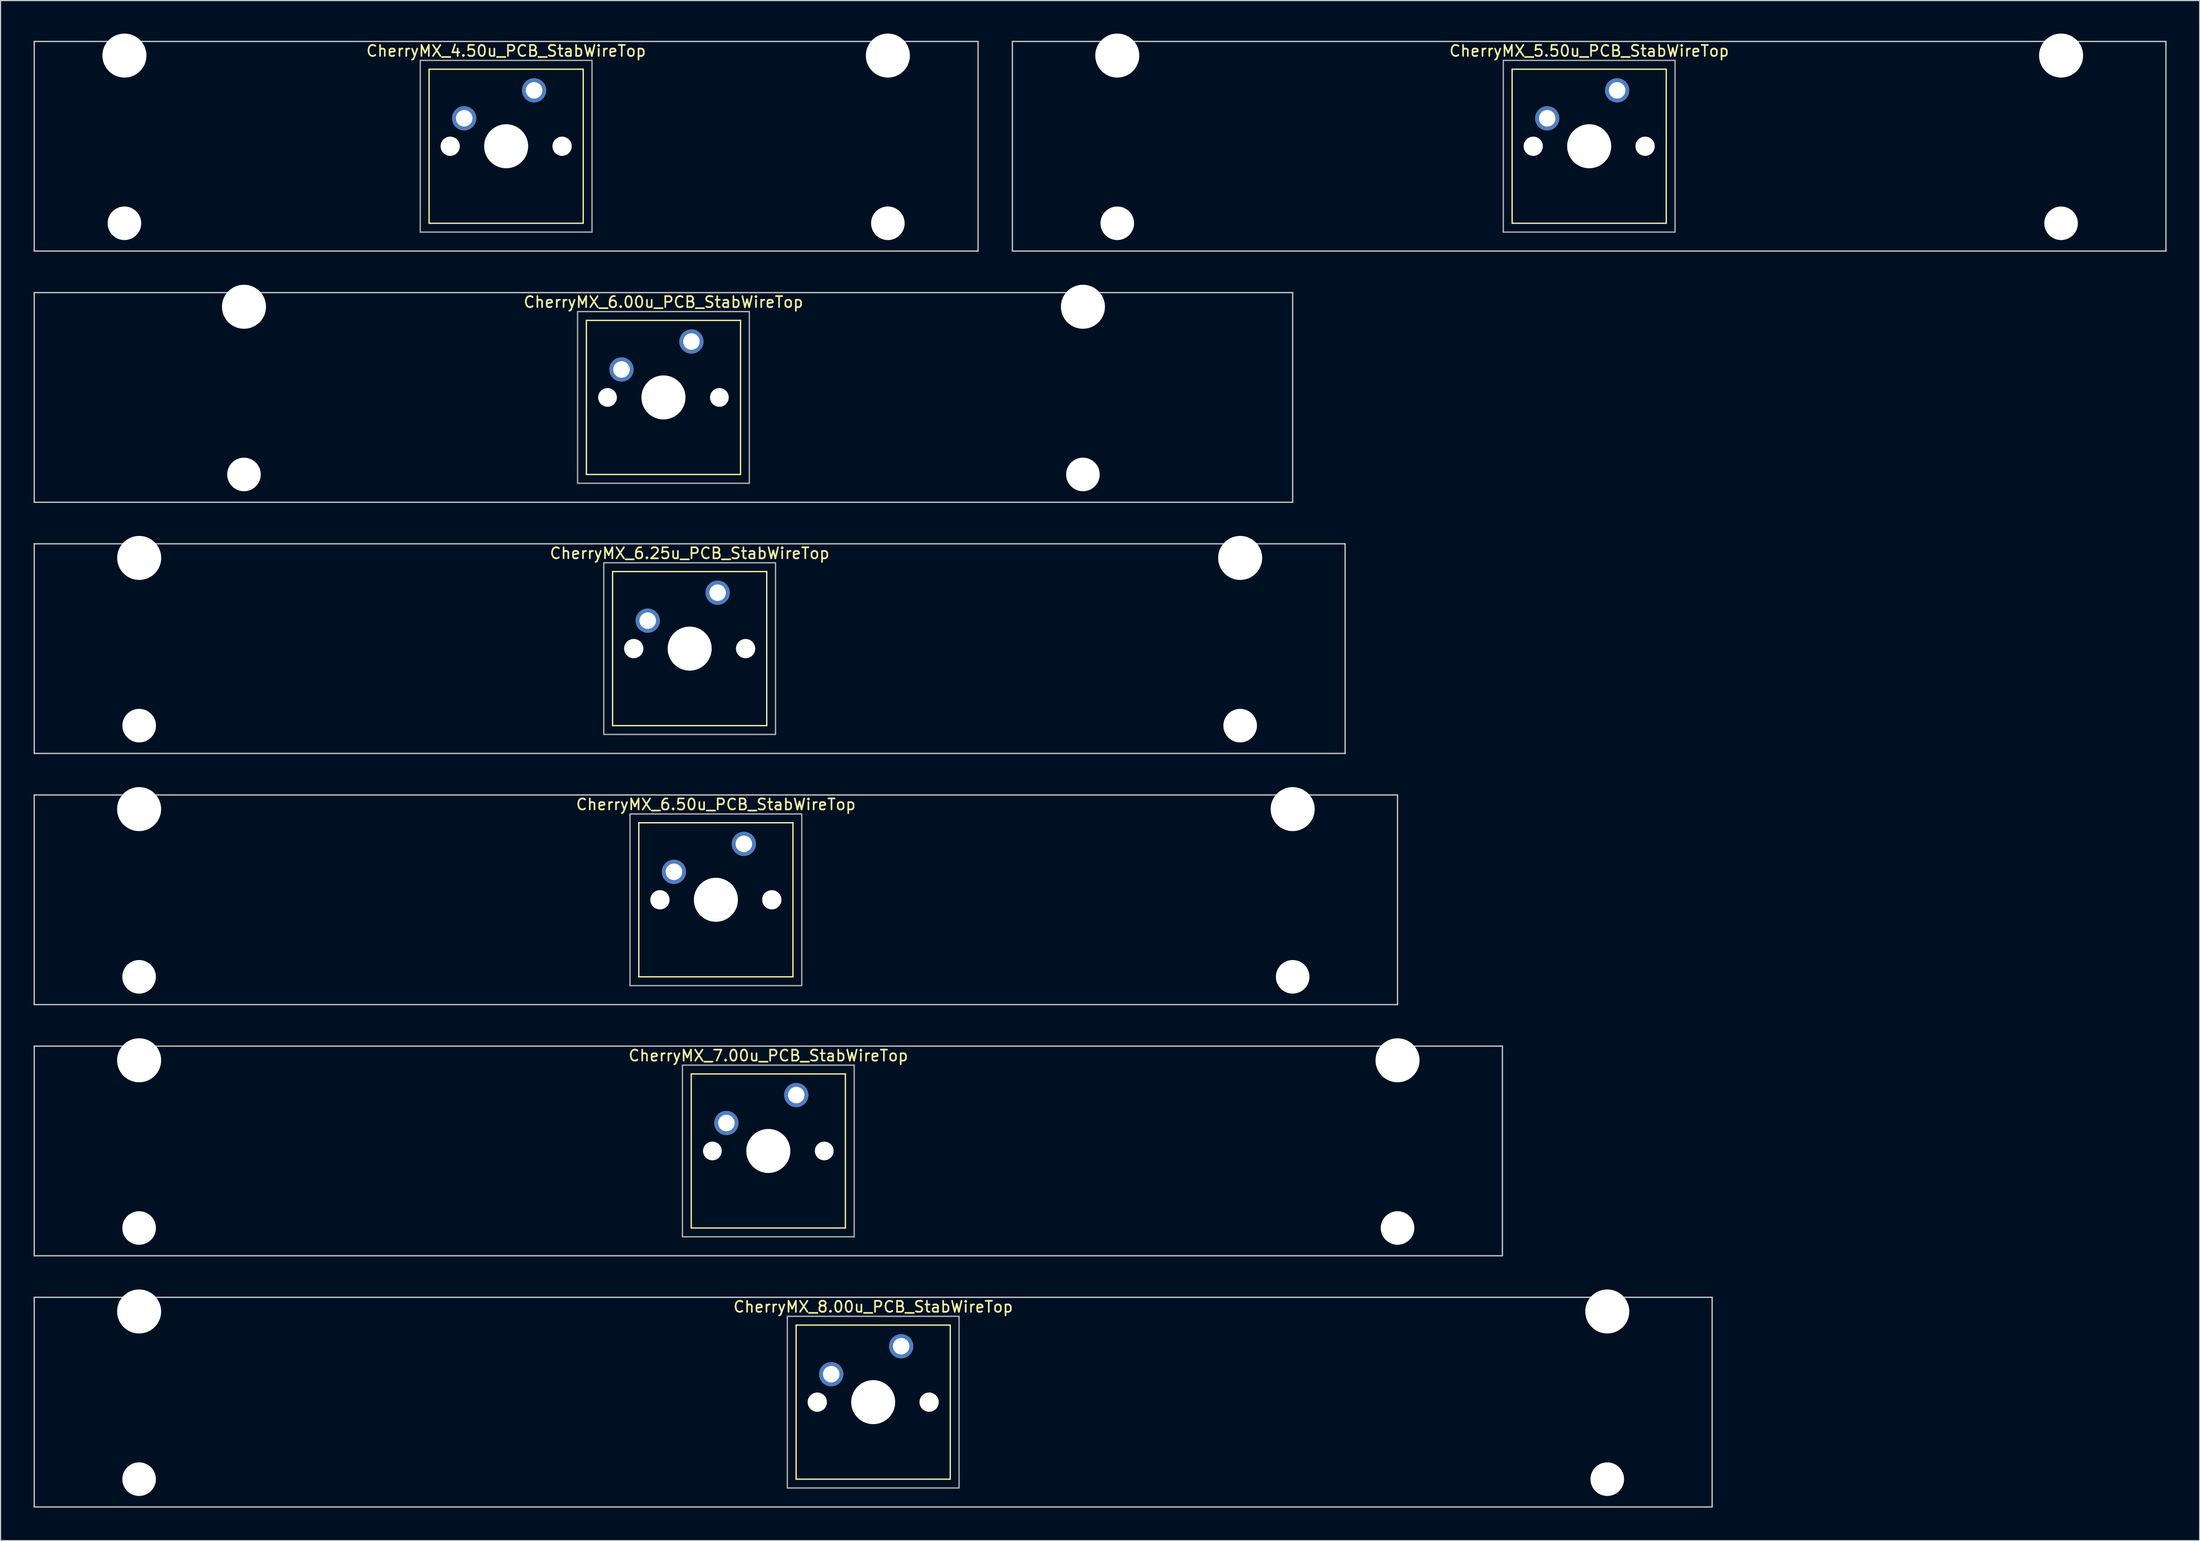
<source format=kicad_pcb>
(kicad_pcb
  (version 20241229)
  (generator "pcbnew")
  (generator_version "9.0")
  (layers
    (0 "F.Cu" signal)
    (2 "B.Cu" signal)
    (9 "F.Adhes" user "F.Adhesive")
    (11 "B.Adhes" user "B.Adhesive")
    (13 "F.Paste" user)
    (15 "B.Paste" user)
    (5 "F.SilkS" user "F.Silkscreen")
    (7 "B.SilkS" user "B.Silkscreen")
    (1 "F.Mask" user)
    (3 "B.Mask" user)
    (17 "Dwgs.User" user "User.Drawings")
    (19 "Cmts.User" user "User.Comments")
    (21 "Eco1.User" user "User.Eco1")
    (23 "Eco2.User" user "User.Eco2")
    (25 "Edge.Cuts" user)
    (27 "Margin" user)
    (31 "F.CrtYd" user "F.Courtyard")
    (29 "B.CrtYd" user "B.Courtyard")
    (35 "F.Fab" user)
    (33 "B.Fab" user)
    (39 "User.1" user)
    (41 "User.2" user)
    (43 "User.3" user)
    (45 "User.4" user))
  (footprint "CherryMX_6.25u_PCB_StabWireTop"
    (layer "F.Cu")
    (at 59.591 55.89)
    (property "Reference" "CherryMX_6.25u_PCB_StabWireTop" (at 0 -8.662 0) (layer "F.SilkS") (effects (font (size 1 1) (thickness 0.15))))
    (attr through_hole)
    (fp_line (start -7 -7) (end -7 7) (stroke (width 0.12) (type solid)) (layer "F.SilkS"))
    (fp_line (start -7 -7) (end 7 -7) (stroke (width 0.12) (type solid)) (layer "F.SilkS"))
    (fp_line (start 7 -7) (end 7 7) (stroke (width 0.12) (type solid)) (layer "F.SilkS"))
    (fp_line (start 7 7) (end -7 7) (stroke (width 0.12) (type solid)) (layer "F.SilkS"))
    (fp_line (start -59.531 -9.525) (end 59.531 -9.525) (stroke (width 0.12) (type solid)) (layer "Dwgs.User"))
    (fp_line (start -59.531 9.525) (end -59.531 -9.525) (stroke (width 0.12) (type solid)) (layer "Dwgs.User"))
    (fp_line (start 59.531 -9.525) (end 59.531 9.525) (stroke (width 0.12) (type solid)) (layer "Dwgs.User"))
    (fp_line (start 59.531 9.525) (end -59.531 9.525) (stroke (width 0.12) (type solid)) (layer "Dwgs.User"))
    (fp_line (start -7.8 -7.8) (end -7.8 7.8) (stroke (width 0.12) (type solid)) (layer "F.Fab"))
    (fp_line (start -7.8 -7.8) (end 7.8 -7.8) (stroke (width 0.12) (type solid)) (layer "F.Fab"))
    (fp_line (start -7.8 7.8) (end 7.8 7.8) (stroke (width 0.12) (type solid)) (layer "F.Fab"))
    (fp_line (start 7.8 -7.8) (end 7.8 7.8) (stroke (width 0.12) (type solid)) (layer "F.Fab"))
    (pad "" np_thru_hole circle (at -50 -8.24) (size 4 4) (drill 4) (layers "*.Cu" "*.Mask"))
    (pad "" np_thru_hole circle (at -50 7) (size 3.05 3.05) (drill 3.05) (layers "*.Cu" "*.Mask"))
    (pad "" np_thru_hole circle (at -5.08 0) (size 1.75 1.75) (drill 1.75) (layers "*.Cu" "*.Mask"))
    (pad "" np_thru_hole circle (at 0 0) (size 4 4) (drill 4) (layers "*.Cu" "*.Mask"))
    (pad "" np_thru_hole circle (at 5.08 0) (size 1.75 1.75) (drill 1.75) (layers "*.Cu" "*.Mask"))
    (pad "" np_thru_hole circle (at 50 -8.24) (size 4 4) (drill 4) (layers "*.Cu" "*.Mask"))
    (pad "" np_thru_hole circle (at 50 7) (size 3.05 3.05) (drill 3.05) (layers "*.Cu" "*.Mask"))
    (pad "1" thru_hole circle (at -3.81 -2.54) (size 2.2 2.2) (drill 1.5) (layers "*.Cu" "*.Mask"))
    (pad "2" thru_hole circle (at 2.54 -5.08) (size 2.2 2.2) (drill 1.5) (layers "*.Cu" "*.Mask")))
  (footprint "CherryMX_4.50u_PCB_StabWireTop"
    (layer "F.Cu")
    (at 42.922 10.24)
    (property "Reference" "CherryMX_4.50u_PCB_StabWireTop" (at 0 -8.662 0) (layer "F.SilkS") (effects (font (size 1 1) (thickness 0.15))))
    (attr through_hole)
    (fp_line (start -7 -7) (end -7 7) (stroke (width 0.12) (type solid)) (layer "F.SilkS"))
    (fp_line (start -7 -7) (end 7 -7) (stroke (width 0.12) (type solid)) (layer "F.SilkS"))
    (fp_line (start 7 -7) (end 7 7) (stroke (width 0.12) (type solid)) (layer "F.SilkS"))
    (fp_line (start 7 7) (end -7 7) (stroke (width 0.12) (type solid)) (layer "F.SilkS"))
    (fp_line (start -42.862 -9.525) (end 42.862 -9.525) (stroke (width 0.12) (type solid)) (layer "Dwgs.User"))
    (fp_line (start -42.862 9.525) (end -42.862 -9.525) (stroke (width 0.12) (type solid)) (layer "Dwgs.User"))
    (fp_line (start 42.862 -9.525) (end 42.862 9.525) (stroke (width 0.12) (type solid)) (layer "Dwgs.User"))
    (fp_line (start 42.862 9.525) (end -42.862 9.525) (stroke (width 0.12) (type solid)) (layer "Dwgs.User"))
    (fp_line (start -7.8 -7.8) (end -7.8 7.8) (stroke (width 0.12) (type solid)) (layer "F.Fab"))
    (fp_line (start -7.8 -7.8) (end 7.8 -7.8) (stroke (width 0.12) (type solid)) (layer "F.Fab"))
    (fp_line (start -7.8 7.8) (end 7.8 7.8) (stroke (width 0.12) (type solid)) (layer "F.Fab"))
    (fp_line (start 7.8 -7.8) (end 7.8 7.8) (stroke (width 0.12) (type solid)) (layer "F.Fab"))
    (pad "" np_thru_hole circle (at -34.671 -8.24) (size 4 4) (drill 4) (layers "*.Cu" "*.Mask"))
    (pad "" np_thru_hole circle (at -34.671 7) (size 3.05 3.05) (drill 3.05) (layers "*.Cu" "*.Mask"))
    (pad "" np_thru_hole circle (at -5.08 0) (size 1.75 1.75) (drill 1.75) (layers "*.Cu" "*.Mask"))
    (pad "" np_thru_hole circle (at 0 0) (size 4 4) (drill 4) (layers "*.Cu" "*.Mask"))
    (pad "" np_thru_hole circle (at 5.08 0) (size 1.75 1.75) (drill 1.75) (layers "*.Cu" "*.Mask"))
    (pad "" np_thru_hole circle (at 34.671 -8.24) (size 4 4) (drill 4) (layers "*.Cu" "*.Mask"))
    (pad "" np_thru_hole circle (at 34.671 7) (size 3.05 3.05) (drill 3.05) (layers "*.Cu" "*.Mask"))
    (pad "1" thru_hole circle (at -3.81 -2.54) (size 2.2 2.2) (drill 1.5) (layers "*.Cu" "*.Mask"))
    (pad "2" thru_hole circle (at 2.54 -5.08) (size 2.2 2.2) (drill 1.5) (layers "*.Cu" "*.Mask")))
  (footprint "CherryMX_5.50u_PCB_StabWireTop"
    (layer "F.Cu")
    (at 141.292 10.24)
    (property "Reference" "CherryMX_5.50u_PCB_StabWireTop" (at 0 -8.662 0) (layer "F.SilkS") (effects (font (size 1 1) (thickness 0.15))))
    (attr through_hole)
    (fp_line (start -7 -7) (end -7 7) (stroke (width 0.12) (type solid)) (layer "F.SilkS"))
    (fp_line (start -7 -7) (end 7 -7) (stroke (width 0.12) (type solid)) (layer "F.SilkS"))
    (fp_line (start 7 -7) (end 7 7) (stroke (width 0.12) (type solid)) (layer "F.SilkS"))
    (fp_line (start 7 7) (end -7 7) (stroke (width 0.12) (type solid)) (layer "F.SilkS"))
    (fp_line (start -52.388 -9.525) (end 52.388 -9.525) (stroke (width 0.12) (type solid)) (layer "Dwgs.User"))
    (fp_line (start -52.388 9.525) (end -52.388 -9.525) (stroke (width 0.12) (type solid)) (layer "Dwgs.User"))
    (fp_line (start 52.388 -9.525) (end 52.388 9.525) (stroke (width 0.12) (type solid)) (layer "Dwgs.User"))
    (fp_line (start 52.388 9.525) (end -52.388 9.525) (stroke (width 0.12) (type solid)) (layer "Dwgs.User"))
    (fp_line (start -7.8 -7.8) (end -7.8 7.8) (stroke (width 0.12) (type solid)) (layer "F.Fab"))
    (fp_line (start -7.8 -7.8) (end 7.8 -7.8) (stroke (width 0.12) (type solid)) (layer "F.Fab"))
    (fp_line (start -7.8 7.8) (end 7.8 7.8) (stroke (width 0.12) (type solid)) (layer "F.Fab"))
    (fp_line (start 7.8 -7.8) (end 7.8 7.8) (stroke (width 0.12) (type solid)) (layer "F.Fab"))
    (pad "" np_thru_hole circle (at -42.862 -8.24) (size 4 4) (drill 4) (layers "*.Cu" "*.Mask"))
    (pad "" np_thru_hole circle (at -42.862 7) (size 3.05 3.05) (drill 3.05) (layers "*.Cu" "*.Mask"))
    (pad "" np_thru_hole circle (at -5.08 0) (size 1.75 1.75) (drill 1.75) (layers "*.Cu" "*.Mask"))
    (pad "" np_thru_hole circle (at 0 0) (size 4 4) (drill 4) (layers "*.Cu" "*.Mask"))
    (pad "" np_thru_hole circle (at 5.08 0) (size 1.75 1.75) (drill 1.75) (layers "*.Cu" "*.Mask"))
    (pad "" np_thru_hole circle (at 42.862 -8.24) (size 4 4) (drill 4) (layers "*.Cu" "*.Mask"))
    (pad "" np_thru_hole circle (at 42.862 7) (size 3.05 3.05) (drill 3.05) (layers "*.Cu" "*.Mask"))
    (pad "1" thru_hole circle (at -3.81 -2.54) (size 2.2 2.2) (drill 1.5) (layers "*.Cu" "*.Mask"))
    (pad "2" thru_hole circle (at 2.54 -5.08) (size 2.2 2.2) (drill 1.5) (layers "*.Cu" "*.Mask")))
  (footprint "CherryMX_6.00u_PCB_StabWireTop"
    (layer "F.Cu")
    (at 57.21 33.065)
    (property "Reference" "CherryMX_6.00u_PCB_StabWireTop" (at 0 -8.662 0) (layer "F.SilkS") (effects (font (size 1 1) (thickness 0.15))))
    (attr through_hole)
    (fp_line (start -7 -7) (end -7 7) (stroke (width 0.12) (type solid)) (layer "F.SilkS"))
    (fp_line (start -7 -7) (end 7 -7) (stroke (width 0.12) (type solid)) (layer "F.SilkS"))
    (fp_line (start 7 -7) (end 7 7) (stroke (width 0.12) (type solid)) (layer "F.SilkS"))
    (fp_line (start 7 7) (end -7 7) (stroke (width 0.12) (type solid)) (layer "F.SilkS"))
    (fp_line (start -57.15 -9.525) (end 57.15 -9.525) (stroke (width 0.12) (type solid)) (layer "Dwgs.User"))
    (fp_line (start -57.15 9.525) (end -57.15 -9.525) (stroke (width 0.12) (type solid)) (layer "Dwgs.User"))
    (fp_line (start 57.15 -9.525) (end 57.15 9.525) (stroke (width 0.12) (type solid)) (layer "Dwgs.User"))
    (fp_line (start 57.15 9.525) (end -57.15 9.525) (stroke (width 0.12) (type solid)) (layer "Dwgs.User"))
    (fp_line (start -7.8 -7.8) (end -7.8 7.8) (stroke (width 0.12) (type solid)) (layer "F.Fab"))
    (fp_line (start -7.8 -7.8) (end 7.8 -7.8) (stroke (width 0.12) (type solid)) (layer "F.Fab"))
    (fp_line (start -7.8 7.8) (end 7.8 7.8) (stroke (width 0.12) (type solid)) (layer "F.Fab"))
    (fp_line (start 7.8 -7.8) (end 7.8 7.8) (stroke (width 0.12) (type solid)) (layer "F.Fab"))
    (pad "" np_thru_hole circle (at -38.1 -8.24) (size 4 4) (drill 4) (layers "*.Cu" "*.Mask"))
    (pad "" np_thru_hole circle (at -38.1 7) (size 3.05 3.05) (drill 3.05) (layers "*.Cu" "*.Mask"))
    (pad "" np_thru_hole circle (at -5.08 0) (size 1.7 1.7) (drill 1.7) (layers "*.Cu" "*.Mask"))
    (pad "" np_thru_hole circle (at 0 0) (size 4 4) (drill 4) (layers "*.Cu" "*.Mask"))
    (pad "" np_thru_hole circle (at 5.08 0) (size 1.7 1.7) (drill 1.7) (layers "*.Cu" "*.Mask"))
    (pad "" np_thru_hole circle (at 38.1 -8.24) (size 4 4) (drill 4) (layers "*.Cu" "*.Mask"))
    (pad "" np_thru_hole circle (at 38.1 7) (size 3.05 3.05) (drill 3.05) (layers "*.Cu" "*.Mask"))
    (pad "1" thru_hole circle (at -3.81 -2.54) (size 2.2 2.2) (drill 1.5) (layers "*.Cu" "*.Mask"))
    (pad "2" thru_hole circle (at 2.54 -5.08) (size 2.2 2.2) (drill 1.5) (layers "*.Cu" "*.Mask")))
  (footprint "CherryMX_8.00u_PCB_StabWireTop"
    (layer "F.Cu")
    (at 76.26 124.365)
    (property "Reference" "CherryMX_8.00u_PCB_StabWireTop" (at 0 -8.662 0) (layer "F.SilkS") (effects (font (size 1 1) (thickness 0.15))))
    (attr through_hole)
    (fp_line (start -7 -7) (end -7 7) (stroke (width 0.12) (type solid)) (layer "F.SilkS"))
    (fp_line (start -7 -7) (end 7 -7) (stroke (width 0.12) (type solid)) (layer "F.SilkS"))
    (fp_line (start 7 -7) (end 7 7) (stroke (width 0.12) (type solid)) (layer "F.SilkS"))
    (fp_line (start 7 7) (end -7 7) (stroke (width 0.12) (type solid)) (layer "F.SilkS"))
    (fp_line (start -76.2 -9.525) (end 76.2 -9.525) (stroke (width 0.12) (type solid)) (layer "Dwgs.User"))
    (fp_line (start -76.2 9.525) (end -76.2 -9.525) (stroke (width 0.12) (type solid)) (layer "Dwgs.User"))
    (fp_line (start 76.2 -9.525) (end 76.2 9.525) (stroke (width 0.12) (type solid)) (layer "Dwgs.User"))
    (fp_line (start 76.2 9.525) (end -76.2 9.525) (stroke (width 0.12) (type solid)) (layer "Dwgs.User"))
    (fp_line (start -7.8 -7.8) (end -7.8 7.8) (stroke (width 0.12) (type solid)) (layer "F.Fab"))
    (fp_line (start -7.8 -7.8) (end 7.8 -7.8) (stroke (width 0.12) (type solid)) (layer "F.Fab"))
    (fp_line (start -7.8 7.8) (end 7.8 7.8) (stroke (width 0.12) (type solid)) (layer "F.Fab"))
    (fp_line (start 7.8 -7.8) (end 7.8 7.8) (stroke (width 0.12) (type solid)) (layer "F.Fab"))
    (pad "" np_thru_hole circle (at -66.675 -8.24) (size 4 4) (drill 4) (layers "*.Cu" "*.Mask"))
    (pad "" np_thru_hole circle (at -66.675 7) (size 3.05 3.05) (drill 3.05) (layers "*.Cu" "*.Mask"))
    (pad "" np_thru_hole circle (at -5.08 0) (size 1.75 1.75) (drill 1.75) (layers "*.Cu" "*.Mask"))
    (pad "" np_thru_hole circle (at 0 0) (size 4 4) (drill 4) (layers "*.Cu" "*.Mask"))
    (pad "" np_thru_hole circle (at 5.08 0) (size 1.75 1.75) (drill 1.75) (layers "*.Cu" "*.Mask"))
    (pad "" np_thru_hole circle (at 66.675 -8.24) (size 4 4) (drill 4) (layers "*.Cu" "*.Mask"))
    (pad "" np_thru_hole circle (at 66.675 7) (size 3.05 3.05) (drill 3.05) (layers "*.Cu" "*.Mask"))
    (pad "1" thru_hole circle (at -3.81 -2.54) (size 2.2 2.2) (drill 1.5) (layers "*.Cu" "*.Mask"))
    (pad "2" thru_hole circle (at 2.54 -5.08) (size 2.2 2.2) (drill 1.5) (layers "*.Cu" "*.Mask")))
  (footprint "CherryMX_7.00u_PCB_StabWireTop"
    (layer "F.Cu")
    (at 66.735 101.54)
    (property "Reference" "CherryMX_7.00u_PCB_StabWireTop" (at 0 -8.662 0) (layer "F.SilkS") (effects (font (size 1 1) (thickness 0.15))))
    (attr through_hole)
    (fp_line (start -7 -7) (end -7 7) (stroke (width 0.12) (type solid)) (layer "F.SilkS"))
    (fp_line (start -7 -7) (end 7 -7) (stroke (width 0.12) (type solid)) (layer "F.SilkS"))
    (fp_line (start 7 -7) (end 7 7) (stroke (width 0.12) (type solid)) (layer "F.SilkS"))
    (fp_line (start 7 7) (end -7 7) (stroke (width 0.12) (type solid)) (layer "F.SilkS"))
    (fp_line (start -66.675 -9.525) (end 66.675 -9.525) (stroke (width 0.12) (type solid)) (layer "Dwgs.User"))
    (fp_line (start -66.675 9.525) (end -66.675 -9.525) (stroke (width 0.12) (type solid)) (layer "Dwgs.User"))
    (fp_line (start 66.675 -9.525) (end 66.675 9.525) (stroke (width 0.12) (type solid)) (layer "Dwgs.User"))
    (fp_line (start 66.675 9.525) (end -66.675 9.525) (stroke (width 0.12) (type solid)) (layer "Dwgs.User"))
    (fp_line (start -7.8 -7.8) (end -7.8 7.8) (stroke (width 0.12) (type solid)) (layer "F.Fab"))
    (fp_line (start -7.8 -7.8) (end 7.8 -7.8) (stroke (width 0.12) (type solid)) (layer "F.Fab"))
    (fp_line (start -7.8 7.8) (end 7.8 7.8) (stroke (width 0.12) (type solid)) (layer "F.Fab"))
    (fp_line (start 7.8 -7.8) (end 7.8 7.8) (stroke (width 0.12) (type solid)) (layer "F.Fab"))
    (pad "" np_thru_hole circle (at -57.15 -8.24) (size 4 4) (drill 4) (layers "*.Cu" "*.Mask"))
    (pad "" np_thru_hole circle (at -57.15 7) (size 3.05 3.05) (drill 3.05) (layers "*.Cu" "*.Mask"))
    (pad "" np_thru_hole circle (at -5.08 0) (size 1.7 1.7) (drill 1.7) (layers "*.Cu" "*.Mask"))
    (pad "" np_thru_hole circle (at 0 0) (size 4 4) (drill 4) (layers "*.Cu" "*.Mask"))
    (pad "" np_thru_hole circle (at 5.08 0) (size 1.7 1.7) (drill 1.7) (layers "*.Cu" "*.Mask"))
    (pad "" np_thru_hole circle (at 57.15 -8.24) (size 4 4) (drill 4) (layers "*.Cu" "*.Mask"))
    (pad "" np_thru_hole circle (at 57.15 7) (size 3.05 3.05) (drill 3.05) (layers "*.Cu" "*.Mask"))
    (pad "1" thru_hole circle (at -3.81 -2.54) (size 2.2 2.2) (drill 1.5) (layers "*.Cu" "*.Mask"))
    (pad "2" thru_hole circle (at 2.54 -5.08) (size 2.2 2.2) (drill 1.5) (layers "*.Cu" "*.Mask")))
  (footprint "CherryMX_6.50u_PCB_StabWireTop"
    (layer "F.Cu")
    (at 61.972 78.715)
    (property "Reference" "CherryMX_6.50u_PCB_StabWireTop" (at 0 -8.662 0) (layer "F.SilkS") (effects (font (size 1 1) (thickness 0.15))))
    (attr through_hole)
    (fp_line (start -7 -7) (end -7 7) (stroke (width 0.12) (type solid)) (layer "F.SilkS"))
    (fp_line (start -7 -7) (end 7 -7) (stroke (width 0.12) (type solid)) (layer "F.SilkS"))
    (fp_line (start 7 -7) (end 7 7) (stroke (width 0.12) (type solid)) (layer "F.SilkS"))
    (fp_line (start 7 7) (end -7 7) (stroke (width 0.12) (type solid)) (layer "F.SilkS"))
    (fp_line (start -61.913 -9.525) (end 61.913 -9.525) (stroke (width 0.12) (type solid)) (layer "Dwgs.User"))
    (fp_line (start -61.913 9.525) (end -61.913 -9.525) (stroke (width 0.12) (type solid)) (layer "Dwgs.User"))
    (fp_line (start 61.913 -9.525) (end 61.913 9.525) (stroke (width 0.12) (type solid)) (layer "Dwgs.User"))
    (fp_line (start 61.913 9.525) (end -61.913 9.525) (stroke (width 0.12) (type solid)) (layer "Dwgs.User"))
    (fp_line (start -7.8 -7.8) (end -7.8 7.8) (stroke (width 0.12) (type solid)) (layer "F.Fab"))
    (fp_line (start -7.8 -7.8) (end 7.8 -7.8) (stroke (width 0.12) (type solid)) (layer "F.Fab"))
    (fp_line (start -7.8 7.8) (end 7.8 7.8) (stroke (width 0.12) (type solid)) (layer "F.Fab"))
    (fp_line (start 7.8 -7.8) (end 7.8 7.8) (stroke (width 0.12) (type solid)) (layer "F.Fab"))
    (pad "" np_thru_hole circle (at -52.388 -8.24) (size 4 4) (drill 4) (layers "*.Cu" "*.Mask"))
    (pad "" np_thru_hole circle (at -52.388 7) (size 3.05 3.05) (drill 3.05) (layers "*.Cu" "*.Mask"))
    (pad "" np_thru_hole circle (at -5.08 0) (size 1.75 1.75) (drill 1.75) (layers "*.Cu" "*.Mask"))
    (pad "" np_thru_hole circle (at 0 0) (size 4 4) (drill 4) (layers "*.Cu" "*.Mask"))
    (pad "" np_thru_hole circle (at 5.08 0) (size 1.75 1.75) (drill 1.75) (layers "*.Cu" "*.Mask"))
    (pad "" np_thru_hole circle (at 52.388 -8.24) (size 4 4) (drill 4) (layers "*.Cu" "*.Mask"))
    (pad "" np_thru_hole circle (at 52.388 7) (size 3.05 3.05) (drill 3.05) (layers "*.Cu" "*.Mask"))
    (pad "1" thru_hole circle (at -3.81 -2.54) (size 2.2 2.2) (drill 1.5) (layers "*.Cu" "*.Mask"))
    (pad "2" thru_hole circle (at 2.54 -5.08) (size 2.2 2.2) (drill 1.5) (layers "*.Cu" "*.Mask")))
  (gr_rect
    (start -3 -3)
    (end 196.74 136.95)
    (stroke (width 0.1) (type default))
    (fill no)
    (layer "Edge.Cuts")))
</source>
